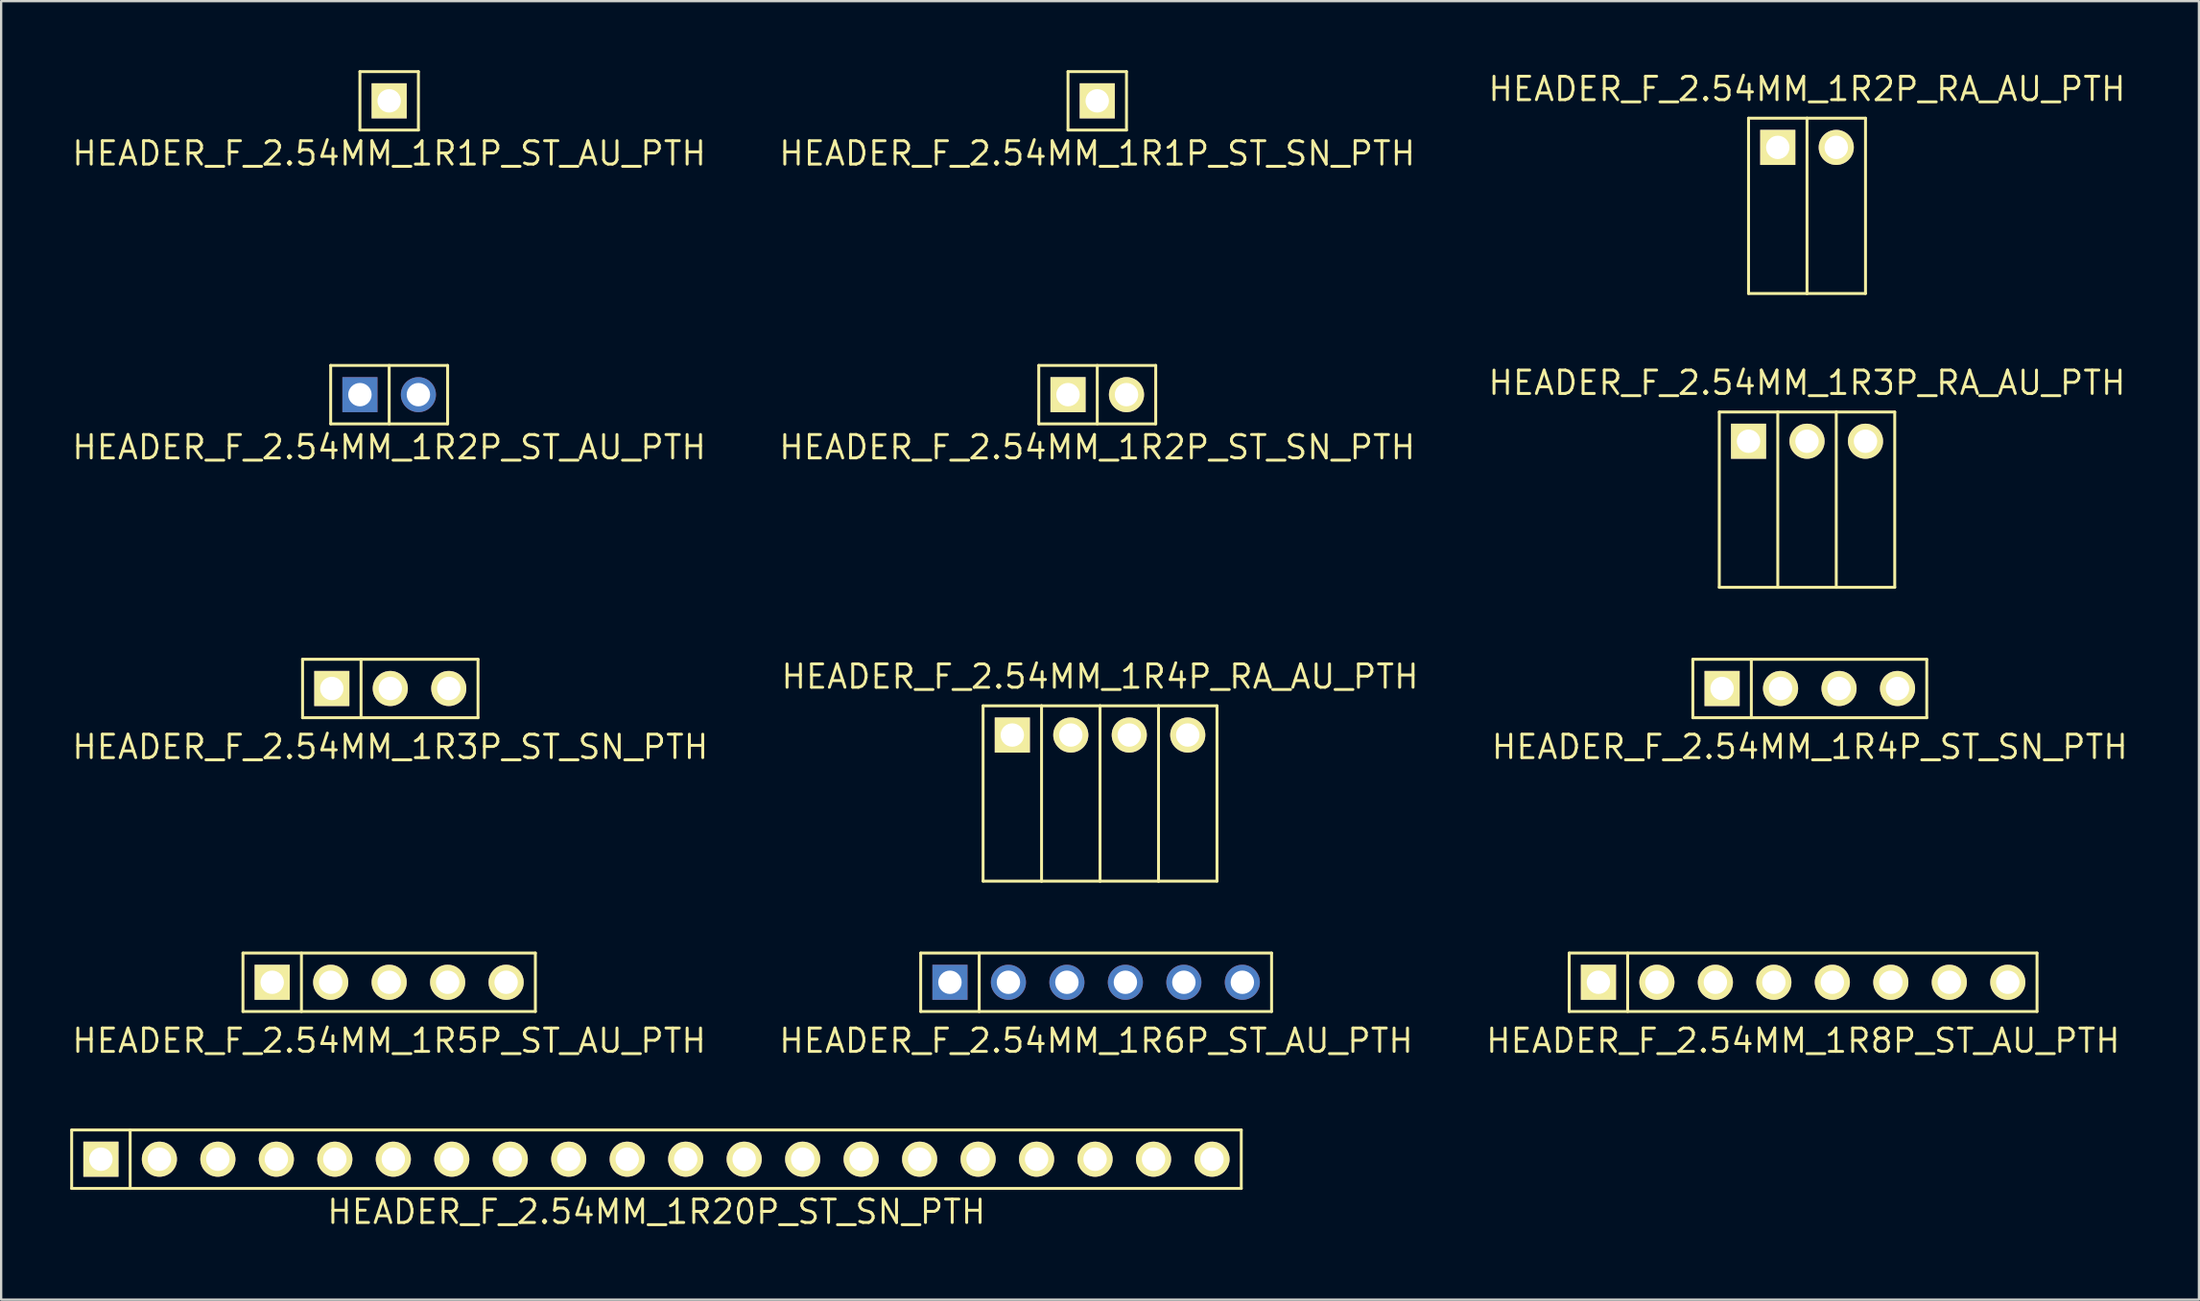
<source format=kicad_pcb>
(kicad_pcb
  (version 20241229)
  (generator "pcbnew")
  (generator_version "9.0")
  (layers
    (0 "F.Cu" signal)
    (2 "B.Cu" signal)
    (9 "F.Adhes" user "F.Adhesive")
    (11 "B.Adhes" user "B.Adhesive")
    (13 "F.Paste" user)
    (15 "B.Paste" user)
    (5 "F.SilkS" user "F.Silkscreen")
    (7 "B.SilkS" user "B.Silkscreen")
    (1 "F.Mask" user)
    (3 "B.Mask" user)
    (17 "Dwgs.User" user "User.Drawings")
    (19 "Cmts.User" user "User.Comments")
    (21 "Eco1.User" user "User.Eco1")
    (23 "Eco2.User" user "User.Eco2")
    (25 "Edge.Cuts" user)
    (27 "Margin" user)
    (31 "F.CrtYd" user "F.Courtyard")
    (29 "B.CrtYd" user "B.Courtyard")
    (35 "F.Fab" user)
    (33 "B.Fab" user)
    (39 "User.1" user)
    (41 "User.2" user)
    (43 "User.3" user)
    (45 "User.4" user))
  (footprint "HEADER_F_2.54MM_1R20P_ST_SN_PTH"
    (layer "F.Cu")
    (at 25.463 47.336)
    (property "Reference" "HEADER_F_2.54MM_1R20P_ST_SN_PTH" (at 0 2.286 0) (layer "F.SilkS") (effects (font (size 1.016 1.016) (thickness 0.127))))
    (attr through_hole)
    (fp_line (start -25.4 -1.27) (end 25.4 -1.27) (stroke (width 0.127) (type solid)) (layer "F.SilkS"))
    (fp_line (start -25.4 1.27) (end -25.4 -1.27) (stroke (width 0.127) (type solid)) (layer "F.SilkS"))
    (fp_line (start -22.86 1.27) (end -22.86 -1.27) (stroke (width 0.127) (type solid)) (layer "F.SilkS"))
    (fp_line (start 25.4 -1.27) (end 25.4 1.27) (stroke (width 0.127) (type solid)) (layer "F.SilkS"))
    (fp_line (start 25.4 1.27) (end -25.4 1.27) (stroke (width 0.127) (type solid)) (layer "F.SilkS"))
    (pad "1" thru_hole rect (at -24.13 0) (size 1.524 1.524) (drill 1.016) (layers "*.Cu" "*.Mask" "F.SilkS"))
    (pad "2" thru_hole circle (at -21.59 0) (size 1.524 1.524) (drill 1.016) (layers "*.Cu" "*.Mask" "F.SilkS"))
    (pad "3" thru_hole circle (at -19.05 0) (size 1.524 1.524) (drill 1.016) (layers "*.Cu" "*.Mask" "F.SilkS"))
    (pad "4" thru_hole circle (at -16.51 0) (size 1.524 1.524) (drill 1.016) (layers "*.Cu" "*.Mask" "F.SilkS"))
    (pad "5" thru_hole circle (at -13.97 0) (size 1.524 1.524) (drill 1.016) (layers "*.Cu" "*.Mask" "F.SilkS"))
    (pad "6" thru_hole circle (at -11.43 0) (size 1.524 1.524) (drill 1.016) (layers "*.Cu" "*.Mask" "F.SilkS"))
    (pad "7" thru_hole circle (at -8.89 0) (size 1.524 1.524) (drill 1.016) (layers "*.Cu" "*.Mask" "F.SilkS"))
    (pad "8" thru_hole circle (at -6.35 0) (size 1.524 1.524) (drill 1.016) (layers "*.Cu" "*.Mask" "F.SilkS"))
    (pad "9" thru_hole circle (at -3.81 0) (size 1.524 1.524) (drill 1.016) (layers "*.Cu" "*.Mask" "F.SilkS"))
    (pad "10" thru_hole circle (at -1.27 0) (size 1.524 1.524) (drill 1.016) (layers "*.Cu" "*.Mask" "F.SilkS"))
    (pad "11" thru_hole circle (at 1.27 0) (size 1.524 1.524) (drill 1.016) (layers "*.Cu" "*.Mask" "F.SilkS"))
    (pad "12" thru_hole circle (at 3.81 0) (size 1.524 1.524) (drill 1.016) (layers "*.Cu" "*.Mask" "F.SilkS"))
    (pad "13" thru_hole circle (at 6.35 0) (size 1.524 1.524) (drill 1.016) (layers "*.Cu" "*.Mask" "F.SilkS"))
    (pad "14" thru_hole circle (at 8.89 0) (size 1.524 1.524) (drill 1.016) (layers "*.Cu" "*.Mask" "F.SilkS"))
    (pad "15" thru_hole circle (at 11.43 0) (size 1.524 1.524) (drill 1.016) (layers "*.Cu" "*.Mask" "F.SilkS"))
    (pad "16" thru_hole circle (at 13.97 0) (size 1.524 1.524) (drill 1.016) (layers "*.Cu" "*.Mask" "F.SilkS"))
    (pad "17" thru_hole circle (at 16.51 0) (size 1.524 1.524) (drill 1.016) (layers "*.Cu" "*.Mask" "F.SilkS"))
    (pad "18" thru_hole circle (at 19.05 0) (size 1.524 1.524) (drill 1.016) (layers "*.Cu" "*.Mask" "F.SilkS"))
    (pad "19" thru_hole circle (at 21.59 0) (size 1.524 1.524) (drill 1.016) (layers "*.Cu" "*.Mask" "F.SilkS"))
    (pad "20" thru_hole circle (at 24.13 0) (size 1.524 1.524) (drill 1.016) (layers "*.Cu" "*.Mask" "F.SilkS")))
  (footprint "HEADER_F_2.54MM_1R3P_RA_AU_PTH"
    (layer "F.Cu")
    (at 75.436 16.128)
    (property "Reference" "HEADER_F_2.54MM_1R3P_RA_AU_PTH" (at 0 -2.54 0) (layer "F.SilkS") (effects (font (size 1.016 1.016) (thickness 0.127))))
    (attr through_hole)
    (fp_line (start -3.81 -1.27) (end -3.81 6.35) (stroke (width 0.127) (type solid)) (layer "F.SilkS"))
    (fp_line (start -3.81 -1.27) (end -1.27 -1.27) (stroke (width 0.127) (type solid)) (layer "F.SilkS"))
    (fp_line (start -3.81 6.35) (end -1.27 6.35) (stroke (width 0.127) (type solid)) (layer "F.SilkS"))
    (fp_line (start -1.27 -1.27) (end -1.27 6.35) (stroke (width 0.127) (type solid)) (layer "F.SilkS"))
    (fp_line (start -1.27 -1.27) (end 1.27 -1.27) (stroke (width 0.127) (type solid)) (layer "F.SilkS"))
    (fp_line (start -1.27 6.35) (end 1.27 6.35) (stroke (width 0.127) (type solid)) (layer "F.SilkS"))
    (fp_line (start 1.27 -1.27) (end 1.27 6.35) (stroke (width 0.127) (type solid)) (layer "F.SilkS"))
    (fp_line (start 1.27 -1.27) (end 3.81 -1.27) (stroke (width 0.127) (type solid)) (layer "F.SilkS"))
    (fp_line (start 1.27 6.35) (end 3.81 6.35) (stroke (width 0.127) (type solid)) (layer "F.SilkS"))
    (fp_line (start 3.81 -1.27) (end 3.81 6.35) (stroke (width 0.127) (type solid)) (layer "F.SilkS"))
    (pad "1" thru_hole rect (at -2.54 0) (size 1.524 1.524) (drill 1.016) (layers "*.Cu" "*.Mask" "F.SilkS"))
    (pad "2" thru_hole circle (at 0 0) (size 1.524 1.524) (drill 1.016) (layers "*.Cu" "*.Mask" "F.SilkS"))
    (pad "3" thru_hole circle (at 2.54 0) (size 1.524 1.524) (drill 1.016) (layers "*.Cu" "*.Mask" "F.SilkS")))
  (footprint "HEADER_F_2.54MM_1R2P_RA_AU_PTH"
    (layer "F.Cu")
    (at 75.436 3.357)
    (property "Reference" "HEADER_F_2.54MM_1R2P_RA_AU_PTH" (at 0 -2.54 0) (layer "F.SilkS") (effects (font (size 1.016 1.016) (thickness 0.127))))
    (attr through_hole)
    (fp_line (start -2.54 -1.27) (end -2.54 6.35) (stroke (width 0.127) (type solid)) (layer "F.SilkS"))
    (fp_line (start -2.54 -1.27) (end 0 -1.27) (stroke (width 0.127) (type solid)) (layer "F.SilkS"))
    (fp_line (start -2.54 6.35) (end 0 6.35) (stroke (width 0.127) (type solid)) (layer "F.SilkS"))
    (fp_line (start 0 -1.27) (end 0 6.35) (stroke (width 0.127) (type solid)) (layer "F.SilkS"))
    (fp_line (start 0 -1.27) (end 2.54 -1.27) (stroke (width 0.127) (type solid)) (layer "F.SilkS"))
    (fp_line (start 0 6.35) (end 2.54 6.35) (stroke (width 0.127) (type solid)) (layer "F.SilkS"))
    (fp_line (start 2.54 -1.27) (end 2.54 6.35) (stroke (width 0.127) (type solid)) (layer "F.SilkS"))
    (pad "1" thru_hole rect (at -1.27 0) (size 1.524 1.524) (drill 1.016) (layers "*.Cu" "*.Mask" "F.SilkS"))
    (pad "2" thru_hole circle (at 1.27 0) (size 1.524 1.524) (drill 1.016) (layers "*.Cu" "*.Mask" "F.SilkS")))
  (footprint "HEADER_F_2.54MM_1R3P_ST_SN_PTH"
    (layer "F.Cu")
    (at 13.902 26.876)
    (property "Reference" "HEADER_F_2.54MM_1R3P_ST_SN_PTH" (at 0 2.54 0) (layer "F.SilkS") (effects (font (size 1.016 1.016) (thickness 0.127))))
    (attr through_hole)
    (fp_line (start -3.81 -1.27) (end 3.81 -1.27) (stroke (width 0.13) (type solid)) (layer "F.SilkS"))
    (fp_line (start -3.81 1.27) (end -3.81 -1.27) (stroke (width 0.127) (type solid)) (layer "F.SilkS"))
    (fp_line (start -3.81 1.27) (end 3.81 1.27) (stroke (width 0.13) (type solid)) (layer "F.SilkS"))
    (fp_line (start -1.27 1.27) (end -1.27 -1.27) (stroke (width 0.127) (type solid)) (layer "F.SilkS"))
    (fp_line (start 3.81 -1.27) (end 3.81 1.27) (stroke (width 0.127) (type solid)) (layer "F.SilkS"))
    (pad "1" thru_hole rect (at -2.54 0) (size 1.524 1.524) (drill 1.016) (layers "*.Cu" "*.Mask" "F.SilkS"))
    (pad "2" thru_hole circle (at 0 0) (size 1.524 1.524) (drill 1.016) (layers "*.Cu" "*.Mask" "F.SilkS"))
    (pad "3" thru_hole circle (at 2.54 0) (size 1.524 1.524) (drill 1.016) (layers "*.Cu" "*.Mask" "F.SilkS")))
  (footprint "HEADER_F_2.54MM_1R4P_RA_AU_PTH"
    (layer "F.Cu")
    (at 44.729 28.899)
    (property "Reference" "HEADER_F_2.54MM_1R4P_RA_AU_PTH" (at 0 -2.54 0) (layer "F.SilkS") (effects (font (size 1.016 1.016) (thickness 0.127))))
    (attr through_hole)
    (fp_line (start -5.08 -1.27) (end -5.08 6.35) (stroke (width 0.127) (type solid)) (layer "F.SilkS"))
    (fp_line (start -5.08 -1.27) (end -2.54 -1.27) (stroke (width 0.127) (type solid)) (layer "F.SilkS"))
    (fp_line (start -5.08 6.35) (end -2.54 6.35) (stroke (width 0.127) (type solid)) (layer "F.SilkS"))
    (fp_line (start -2.54 -1.27) (end -2.54 6.35) (stroke (width 0.127) (type solid)) (layer "F.SilkS"))
    (fp_line (start -2.54 -1.27) (end 0 -1.27) (stroke (width 0.127) (type solid)) (layer "F.SilkS"))
    (fp_line (start -2.54 6.35) (end 0 6.35) (stroke (width 0.127) (type solid)) (layer "F.SilkS"))
    (fp_line (start 0 -1.27) (end 0 6.35) (stroke (width 0.127) (type solid)) (layer "F.SilkS"))
    (fp_line (start 0 -1.27) (end 2.54 -1.27) (stroke (width 0.127) (type solid)) (layer "F.SilkS"))
    (fp_line (start 0 6.35) (end 2.54 6.35) (stroke (width 0.127) (type solid)) (layer "F.SilkS"))
    (fp_line (start 2.54 -1.27) (end 2.54 6.35) (stroke (width 0.127) (type solid)) (layer "F.SilkS"))
    (fp_line (start 2.54 -1.27) (end 5.08 -1.27) (stroke (width 0.127) (type solid)) (layer "F.SilkS"))
    (fp_line (start 2.54 6.35) (end 5.08 6.35) (stroke (width 0.127) (type solid)) (layer "F.SilkS"))
    (fp_line (start 5.08 -1.27) (end 5.08 6.35) (stroke (width 0.127) (type solid)) (layer "F.SilkS"))
    (pad "1" thru_hole rect (at -3.81 0) (size 1.524 1.524) (drill 1.016) (layers "*.Cu" "*.Mask" "F.SilkS"))
    (pad "2" thru_hole circle (at -1.27 0) (size 1.524 1.524) (drill 1.016) (layers "*.Cu" "*.Mask" "F.SilkS"))
    (pad "3" thru_hole circle (at 1.27 0) (size 1.524 1.524) (drill 1.016) (layers "*.Cu" "*.Mask" "F.SilkS"))
    (pad "4" thru_hole circle (at 3.81 0) (size 1.524 1.524) (drill 1.016) (layers "*.Cu" "*.Mask" "F.SilkS")))
  (footprint "HEADER_F_2.54MM_1R8P_ST_AU_PTH"
    (layer "F.Cu")
    (at 75.266 39.646)
    (property "Reference" "HEADER_F_2.54MM_1R8P_ST_AU_PTH" (at 0 2.54 0) (layer "F.SilkS") (effects (font (size 1.016 1.016) (thickness 0.127))))
    (attr through_hole)
    (fp_line (start -10.16 -1.27) (end 10.16 -1.27) (stroke (width 0.127) (type solid)) (layer "F.SilkS"))
    (fp_line (start -10.16 1.27) (end -10.16 -1.27) (stroke (width 0.127) (type solid)) (layer "F.SilkS"))
    (fp_line (start -7.62 1.27) (end -7.62 -1.27) (stroke (width 0.127) (type solid)) (layer "F.SilkS"))
    (fp_line (start 10.16 -1.27) (end 10.16 1.27) (stroke (width 0.127) (type solid)) (layer "F.SilkS"))
    (fp_line (start 10.16 1.27) (end -10.16 1.27) (stroke (width 0.127) (type solid)) (layer "F.SilkS"))
    (pad "1" thru_hole rect (at -8.89 0) (size 1.524 1.524) (drill 1.016) (layers "*.Cu" "*.Mask" "F.SilkS"))
    (pad "2" thru_hole circle (at -6.35 0) (size 1.524 1.524) (drill 1.016) (layers "*.Cu" "*.Mask" "F.SilkS"))
    (pad "3" thru_hole circle (at -3.81 0) (size 1.524 1.524) (drill 1.016) (layers "*.Cu" "*.Mask" "F.SilkS"))
    (pad "4" thru_hole circle (at -1.27 0) (size 1.524 1.524) (drill 1.016) (layers "*.Cu" "*.Mask" "F.SilkS"))
    (pad "5" thru_hole circle (at 1.27 0) (size 1.524 1.524) (drill 1.016) (layers "*.Cu" "*.Mask" "F.SilkS"))
    (pad "6" thru_hole circle (at 3.81 0) (size 1.524 1.524) (drill 1.016) (layers "*.Cu" "*.Mask" "F.SilkS"))
    (pad "7" thru_hole circle (at 6.35 0) (size 1.524 1.524) (drill 1.016) (layers "*.Cu" "*.Mask" "F.SilkS"))
    (pad "8" thru_hole circle (at 8.89 0) (size 1.524 1.524) (drill 1.016) (layers "*.Cu" "*.Mask" "F.SilkS")))
  (footprint "HEADER_F_2.54MM_1R2P_ST_SN_PTH"
    (layer "F.Cu")
    (at 44.608 14.104)
    (property "Reference" "HEADER_F_2.54MM_1R2P_ST_SN_PTH" (at 0 2.286 0) (layer "F.SilkS") (effects (font (size 1.016 1.016) (thickness 0.127))))
    (attr through_hole)
    (fp_line (start -2.54 -1.27) (end 2.54 -1.27) (stroke (width 0.127) (type solid)) (layer "F.SilkS"))
    (fp_line (start -2.54 1.27) (end -2.54 -1.27) (stroke (width 0.127) (type solid)) (layer "F.SilkS"))
    (fp_line (start 0 1.27) (end 0 -1.27) (stroke (width 0.127) (type solid)) (layer "F.SilkS"))
    (fp_line (start 2.54 -1.27) (end 2.54 1.27) (stroke (width 0.127) (type solid)) (layer "F.SilkS"))
    (fp_line (start 2.54 1.27) (end -2.54 1.27) (stroke (width 0.127) (type solid)) (layer "F.SilkS"))
    (pad "1" thru_hole rect (at -1.27 0) (size 1.524 1.524) (drill 1.016) (layers "*.Cu" "*.Mask" "F.SilkS"))
    (pad "2" thru_hole circle (at 1.27 0) (size 1.524 1.524) (drill 1.016) (layers "*.Cu" "*.Mask" "F.SilkS")))
  (footprint "HEADER_F_2.54MM_1R4P_ST_SN_PTH"
    (layer "F.Cu")
    (at 75.557 26.876)
    (property "Reference" "HEADER_F_2.54MM_1R4P_ST_SN_PTH" (at 0 2.54 0) (layer "F.SilkS") (effects (font (size 1.016 1.016) (thickness 0.127))))
    (attr through_hole)
    (fp_line (start -5.08 -1.27) (end 5.08 -1.27) (stroke (width 0.13) (type solid)) (layer "F.SilkS"))
    (fp_line (start -5.08 1.27) (end -5.08 -1.27) (stroke (width 0.127) (type solid)) (layer "F.SilkS"))
    (fp_line (start -5.08 1.27) (end 5.08 1.27) (stroke (width 0.13) (type solid)) (layer "F.SilkS"))
    (fp_line (start -2.54 1.27) (end -2.54 -1.27) (stroke (width 0.127) (type solid)) (layer "F.SilkS"))
    (fp_line (start 5.08 -1.27) (end 5.08 1.27) (stroke (width 0.127) (type solid)) (layer "F.SilkS"))
    (pad "1" thru_hole rect (at -3.81 0) (size 1.524 1.524) (drill 1.016) (layers "*.Cu" "*.Mask" "F.SilkS"))
    (pad "2" thru_hole circle (at -1.27 0) (size 1.524 1.524) (drill 1.016) (layers "*.Cu" "*.Mask" "F.SilkS"))
    (pad "3" thru_hole circle (at 1.27 0) (size 1.524 1.524) (drill 1.016) (layers "*.Cu" "*.Mask" "F.SilkS"))
    (pad "4" thru_hole circle (at 3.81 0) (size 1.524 1.524) (drill 1.016) (layers "*.Cu" "*.Mask" "F.SilkS")))
  (footprint "HEADER_F_2.54MM_1R1P_ST_SN_PTH"
    (layer "F.Cu")
    (at 44.608 1.333)
    (property "Reference" "HEADER_F_2.54MM_1R1P_ST_SN_PTH" (at 0 2.286 0) (layer "F.SilkS") (effects (font (size 1.016 1.016) (thickness 0.127))))
    (attr through_hole)
    (fp_line (start -1.27 -1.27) (end 1.27 -1.27) (stroke (width 0.127) (type solid)) (layer "F.SilkS"))
    (fp_line (start -1.27 1.27) (end -1.27 -1.27) (stroke (width 0.127) (type solid)) (layer "F.SilkS"))
    (fp_line (start -1.27 1.27) (end 1.27 1.27) (stroke (width 0.127) (type solid)) (layer "F.SilkS"))
    (fp_line (start 1.27 -1.27) (end 1.27 1.27) (stroke (width 0.127) (type solid)) (layer "F.SilkS"))
    (pad "1" thru_hole rect (at 0 0) (size 1.524 1.524) (drill 1.016) (layers "*.Cu" "*.Mask" "F.SilkS")))
  (footprint "HEADER_F_2.54MM_1R1P_ST_AU_PTH"
    (layer "F.Cu")
    (at 13.853 1.333)
    (property "Reference" "HEADER_F_2.54MM_1R1P_ST_AU_PTH" (at 0 2.286 0) (layer "F.SilkS") (effects (font (size 1.016 1.016) (thickness 0.127))))
    (attr through_hole)
    (fp_line (start -1.27 -1.27) (end 1.27 -1.27) (stroke (width 0.127) (type solid)) (layer "F.SilkS"))
    (fp_line (start -1.27 1.27) (end -1.27 -1.27) (stroke (width 0.127) (type solid)) (layer "F.SilkS"))
    (fp_line (start -1.27 1.27) (end 1.27 1.27) (stroke (width 0.127) (type solid)) (layer "F.SilkS"))
    (fp_line (start 1.27 -1.27) (end 1.27 1.27) (stroke (width 0.127) (type solid)) (layer "F.SilkS"))
    (pad "1" thru_hole rect (at 0 0) (size 1.524 1.524) (drill 1.016) (layers "*.Cu" "*.Mask" "F.SilkS")))
  (footprint "HEADER_F_2.54MM_1R2P_ST_AU_PTH"
    (layer "F.Cu")
    (at 13.853 14.104)
    (property "Reference" "HEADER_F_2.54MM_1R2P_ST_AU_PTH" (at 0 2.286 0) (layer "F.SilkS") (effects (font (size 1.016 1.016) (thickness 0.127))))
    (attr through_hole)
    (fp_line (start -2.54 -1.27) (end 2.54 -1.27) (stroke (width 0.127) (type solid)) (layer "F.SilkS"))
    (fp_line (start -2.54 1.27) (end -2.54 -1.27) (stroke (width 0.127) (type solid)) (layer "F.SilkS"))
    (fp_line (start 0 1.27) (end 0 -1.27) (stroke (width 0.127) (type solid)) (layer "F.SilkS"))
    (fp_line (start 2.54 -1.27) (end 2.54 1.27) (stroke (width 0.127) (type solid)) (layer "F.SilkS"))
    (fp_line (start 2.54 1.27) (end -2.54 1.27) (stroke (width 0.127) (type solid)) (layer "F.SilkS"))
    (pad "1" thru_hole rect (at -1.27 0) (size 1.524 1.524) (drill 1.016) (layers "*.Cu" "*.Mask"))
    (pad "2" thru_hole circle (at 1.27 0) (size 1.524 1.524) (drill 1.016) (layers "*.Cu" "*.Mask")))
  (footprint "HEADER_F_2.54MM_1R6P_ST_AU_PTH"
    (layer "F.Cu")
    (at 44.56 39.646)
    (property "Reference" "HEADER_F_2.54MM_1R6P_ST_AU_PTH" (at 0 2.54 0) (layer "F.SilkS") (effects (font (size 1.016 1.016) (thickness 0.127))))
    (attr through_hole)
    (fp_line (start -7.62 -1.27) (end 7.62 -1.27) (stroke (width 0.127) (type solid)) (layer "F.SilkS"))
    (fp_line (start -7.62 1.27) (end -7.62 -1.27) (stroke (width 0.127) (type solid)) (layer "F.SilkS"))
    (fp_line (start -5.08 1.27) (end -5.08 -1.27) (stroke (width 0.127) (type solid)) (layer "F.SilkS"))
    (fp_line (start 7.62 -1.27) (end 7.62 1.27) (stroke (width 0.127) (type solid)) (layer "F.SilkS"))
    (fp_line (start 7.62 1.27) (end -7.62 1.27) (stroke (width 0.127) (type solid)) (layer "F.SilkS"))
    (pad "1" thru_hole rect (at -6.35 0) (size 1.524 1.524) (drill 1.016) (layers "*.Cu" "*.Mask"))
    (pad "2" thru_hole circle (at -3.81 0) (size 1.524 1.524) (drill 1.016) (layers "*.Cu" "*.Mask"))
    (pad "3" thru_hole circle (at -1.27 0) (size 1.524 1.524) (drill 1.016) (layers "*.Cu" "*.Mask"))
    (pad "4" thru_hole circle (at 1.27 0) (size 1.524 1.524) (drill 1.016) (layers "*.Cu" "*.Mask"))
    (pad "5" thru_hole circle (at 3.81 0) (size 1.524 1.524) (drill 1.016) (layers "*.Cu" "*.Mask"))
    (pad "6" thru_hole circle (at 6.35 0) (size 1.524 1.524) (drill 1.016) (layers "*.Cu" "*.Mask")))
  (footprint "HEADER_F_2.54MM_1R5P_ST_AU_PTH"
    (layer "F.Cu")
    (at 13.853 39.646)
    (property "Reference" "HEADER_F_2.54MM_1R5P_ST_AU_PTH" (at 0 2.54 0) (layer "F.SilkS") (effects (font (size 1.016 1.016) (thickness 0.127))))
    (attr through_hole)
    (fp_line (start -6.35 -1.27) (end 6.35 -1.27) (stroke (width 0.127) (type solid)) (layer "F.SilkS"))
    (fp_line (start -6.35 1.27) (end -6.35 -1.27) (stroke (width 0.127) (type solid)) (layer "F.SilkS"))
    (fp_line (start -3.81 1.27) (end -3.81 -1.27) (stroke (width 0.127) (type solid)) (layer "F.SilkS"))
    (fp_line (start 6.35 -1.27) (end 6.35 1.27) (stroke (width 0.127) (type solid)) (layer "F.SilkS"))
    (fp_line (start 6.35 1.27) (end -6.35 1.27) (stroke (width 0.127) (type solid)) (layer "F.SilkS"))
    (pad "1" thru_hole rect (at -5.08 0) (size 1.524 1.524) (drill 1.016) (layers "*.Cu" "*.Mask" "F.SilkS"))
    (pad "2" thru_hole circle (at -2.54 0) (size 1.524 1.524) (drill 1.016) (layers "*.Cu" "*.Mask" "F.SilkS"))
    (pad "3" thru_hole circle (at 0 0) (size 1.524 1.524) (drill 1.016) (layers "*.Cu" "*.Mask" "F.SilkS"))
    (pad "4" thru_hole circle (at 2.54 0) (size 1.524 1.524) (drill 1.016) (layers "*.Cu" "*.Mask" "F.SilkS"))
    (pad "5" thru_hole circle (at 5.08 0) (size 1.524 1.524) (drill 1.016) (layers "*.Cu" "*.Mask" "F.SilkS")))
  (gr_rect
    (start -3 -3)
    (end 92.458 53.44)
    (stroke (width 0.1) (type default))
    (fill no)
    (layer "Edge.Cuts")))
</source>
